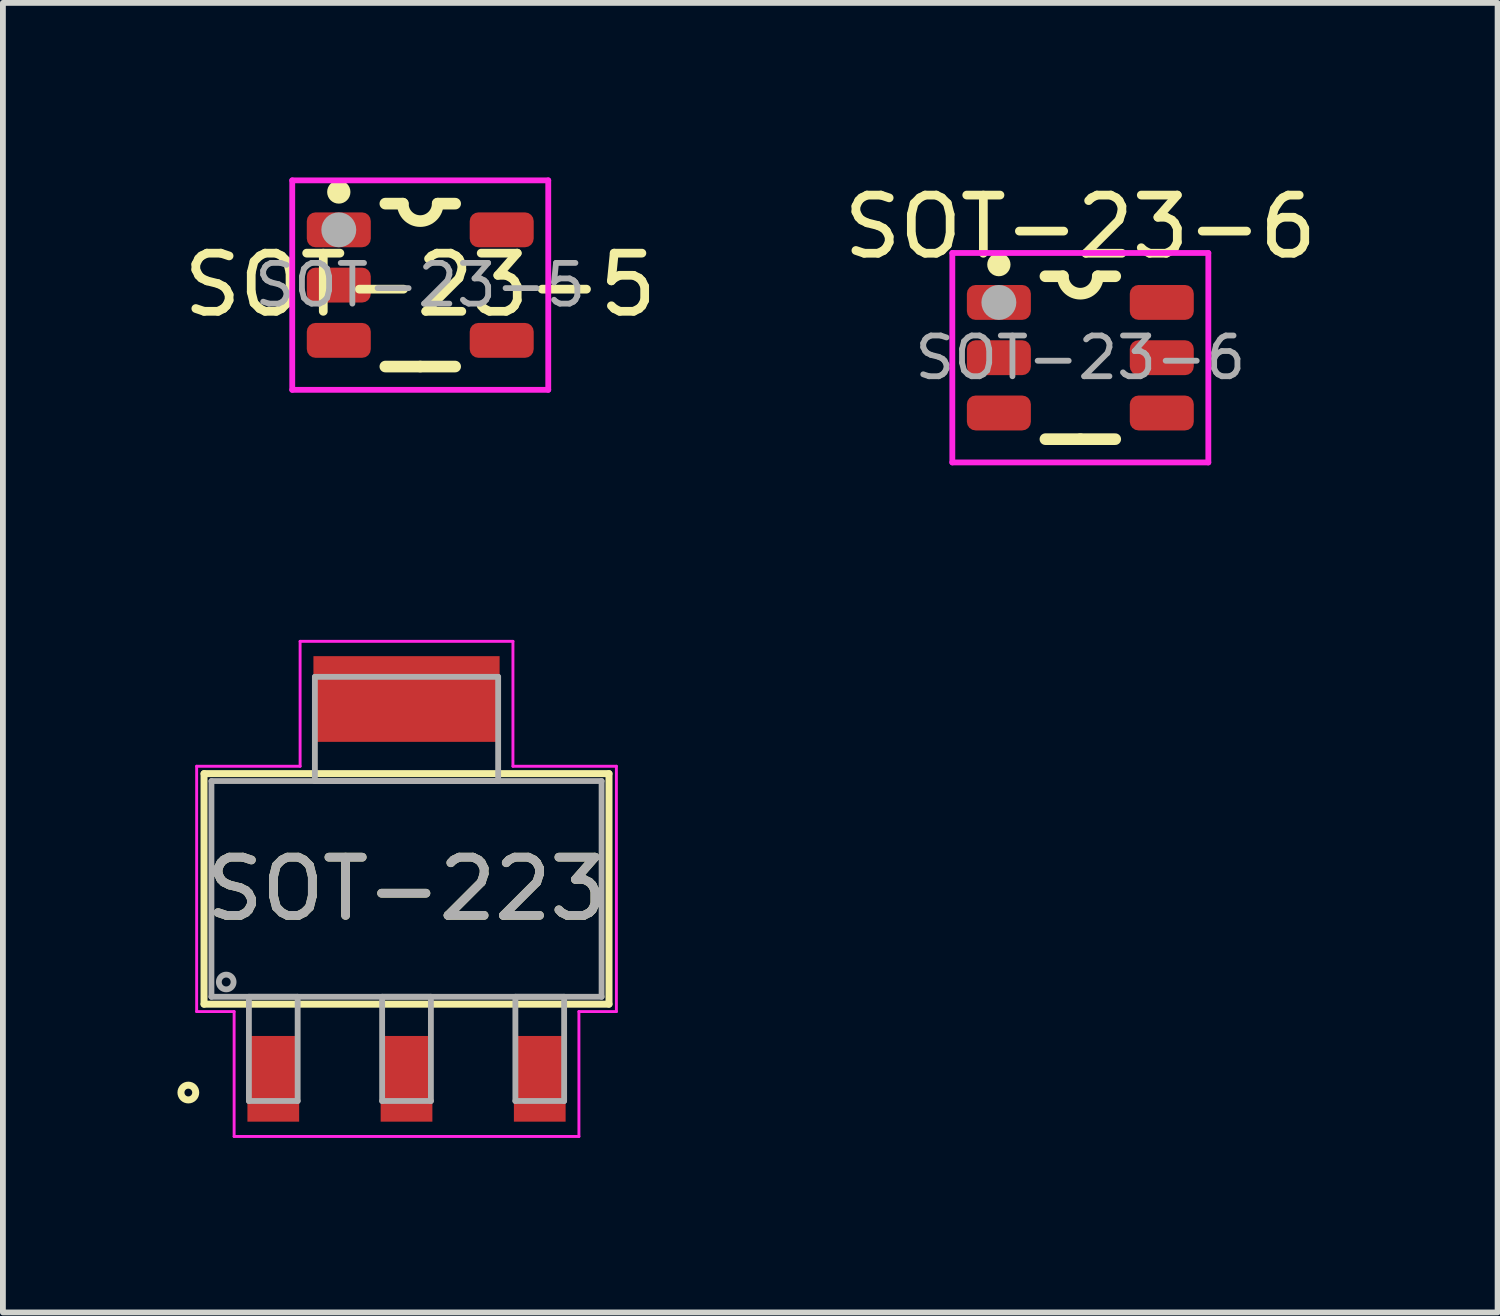
<source format=kicad_pcb>
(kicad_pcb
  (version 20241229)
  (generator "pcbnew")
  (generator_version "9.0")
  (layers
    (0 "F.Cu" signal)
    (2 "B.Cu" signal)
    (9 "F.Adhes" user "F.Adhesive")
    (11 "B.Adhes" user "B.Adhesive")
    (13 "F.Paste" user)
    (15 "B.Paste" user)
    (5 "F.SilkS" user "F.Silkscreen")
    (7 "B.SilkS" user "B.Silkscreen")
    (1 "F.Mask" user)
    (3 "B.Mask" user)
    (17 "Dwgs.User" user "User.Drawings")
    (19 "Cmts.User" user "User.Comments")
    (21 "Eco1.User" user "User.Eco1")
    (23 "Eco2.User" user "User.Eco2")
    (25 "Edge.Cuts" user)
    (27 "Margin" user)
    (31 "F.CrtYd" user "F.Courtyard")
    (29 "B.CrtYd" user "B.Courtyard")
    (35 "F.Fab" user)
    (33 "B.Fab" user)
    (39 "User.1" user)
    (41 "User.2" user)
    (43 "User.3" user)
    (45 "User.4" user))
  (footprint "SOT-223"
    (layer "F.Cu")
    (at 3.937 12.228)
    (property "Reference" "SOT-223" (at 0 0 0) (layer "F.SilkS") (effects (font (size 1 1) (thickness 0.15))))
    (attr smd)
    (fp_line (start -3.48 -1.981) (end -3.48 1.981) (stroke (width 0.12) (type solid)) (layer "F.SilkS"))
    (fp_line (start -3.48 1.981) (end 3.48 1.981) (stroke (width 0.12) (type solid)) (layer "F.SilkS"))
    (fp_line (start 3.48 -1.981) (end -3.48 -1.981) (stroke (width 0.12) (type solid)) (layer "F.SilkS"))
    (fp_line (start 3.48 1.981) (end 3.48 -1.981) (stroke (width 0.12) (type solid)) (layer "F.SilkS"))
    (fp_circle (center -3.75 3.5) (end -3.623 3.5) (stroke (width 0.12) (type solid)) (fill no) (layer "F.SilkS"))
    (fp_line (start -3.607 -2.108) (end -1.829 -2.108) (stroke (width 0.05) (type solid)) (layer "F.CrtYd"))
    (fp_line (start -3.607 2.108) (end -3.607 -2.108) (stroke (width 0.05) (type solid)) (layer "F.CrtYd"))
    (fp_line (start -2.963 2.108) (end -3.607 2.108) (stroke (width 0.05) (type solid)) (layer "F.CrtYd"))
    (fp_line (start -2.963 4.255) (end -2.963 2.108) (stroke (width 0.05) (type solid)) (layer "F.CrtYd"))
    (fp_line (start -1.829 -4.255) (end 1.829 -4.255) (stroke (width 0.05) (type solid)) (layer "F.CrtYd"))
    (fp_line (start -1.829 -2.108) (end -1.829 -4.255) (stroke (width 0.05) (type solid)) (layer "F.CrtYd"))
    (fp_line (start 1.829 -4.255) (end 1.829 -2.108) (stroke (width 0.05) (type solid)) (layer "F.CrtYd"))
    (fp_line (start 1.829 -2.108) (end 3.607 -2.108) (stroke (width 0.05) (type solid)) (layer "F.CrtYd"))
    (fp_line (start 2.963 2.108) (end 2.963 4.255) (stroke (width 0.05) (type solid)) (layer "F.CrtYd"))
    (fp_line (start 2.963 4.255) (end -2.963 4.255) (stroke (width 0.05) (type solid)) (layer "F.CrtYd"))
    (fp_line (start 3.607 -2.108) (end 3.607 2.108) (stroke (width 0.05) (type solid)) (layer "F.CrtYd"))
    (fp_line (start 3.607 2.108) (end 2.963 2.108) (stroke (width 0.05) (type solid)) (layer "F.CrtYd"))
    (fp_line (start -3.353 -1.854) (end -3.353 1.854) (stroke (width 0.1) (type solid)) (layer "F.Fab"))
    (fp_line (start -3.353 1.854) (end 3.353 1.854) (stroke (width 0.1) (type solid)) (layer "F.Fab"))
    (fp_line (start -2.709 1.854) (end -2.709 3.645) (stroke (width 0.1) (type solid)) (layer "F.Fab"))
    (fp_line (start -2.709 3.645) (end -1.871 3.645) (stroke (width 0.1) (type solid)) (layer "F.Fab"))
    (fp_line (start -1.871 1.854) (end -2.709 1.854) (stroke (width 0.1) (type solid)) (layer "F.Fab"))
    (fp_line (start -1.871 3.645) (end -1.871 1.854) (stroke (width 0.1) (type solid)) (layer "F.Fab"))
    (fp_line (start -1.575 -3.645) (end -1.575 -1.854) (stroke (width 0.1) (type solid)) (layer "F.Fab"))
    (fp_line (start -1.575 -1.854) (end 1.575 -1.854) (stroke (width 0.1) (type solid)) (layer "F.Fab"))
    (fp_line (start -0.419 1.854) (end -0.419 3.645) (stroke (width 0.1) (type solid)) (layer "F.Fab"))
    (fp_line (start -0.419 3.645) (end 0.419 3.645) (stroke (width 0.1) (type solid)) (layer "F.Fab"))
    (fp_line (start 0.419 1.854) (end -0.419 1.854) (stroke (width 0.1) (type solid)) (layer "F.Fab"))
    (fp_line (start 0.419 3.645) (end 0.419 1.854) (stroke (width 0.1) (type solid)) (layer "F.Fab"))
    (fp_line (start 1.575 -3.645) (end -1.575 -3.645) (stroke (width 0.1) (type solid)) (layer "F.Fab"))
    (fp_line (start 1.575 -1.854) (end 1.575 -3.645) (stroke (width 0.1) (type solid)) (layer "F.Fab"))
    (fp_line (start 1.871 1.854) (end 1.871 3.645) (stroke (width 0.1) (type solid)) (layer "F.Fab"))
    (fp_line (start 1.871 3.645) (end 2.709 3.645) (stroke (width 0.1) (type solid)) (layer "F.Fab"))
    (fp_line (start 2.709 1.854) (end 1.871 1.854) (stroke (width 0.1) (type solid)) (layer "F.Fab"))
    (fp_line (start 2.709 3.645) (end 2.709 1.854) (stroke (width 0.1) (type solid)) (layer "F.Fab"))
    (fp_line (start 3.353 -1.854) (end -3.353 -1.854) (stroke (width 0.1) (type solid)) (layer "F.Fab"))
    (fp_line (start 3.353 1.854) (end 3.353 -1.854) (stroke (width 0.1) (type solid)) (layer "F.Fab"))
    (fp_circle (center -3.099 1.6) (end -2.972 1.6) (stroke (width 0.1) (type solid)) (fill no) (layer "F.Fab"))
    (fp_text user "${REFERENCE}" (at 0 0 0) (layer "F.Fab") (effects (font (size 1 1) (thickness 0.15))))
    (pad "1" smd rect (at -2.29 3.264) (size 0.889 1.473) (layers "F.Cu" "F.Mask" "F.Paste"))
    (pad "2" smd rect (at 0 3.264) (size 0.889 1.473) (layers "F.Cu" "F.Mask" "F.Paste"))
    (pad "3" smd rect (at 2.29 3.264) (size 0.889 1.473) (layers "F.Cu" "F.Mask" "F.Paste"))
    (pad "4" smd rect (at 0 -3.264) (size 3.2 1.473) (layers "F.Cu" "F.Mask" "F.Paste")))
  (footprint "SOT-23-5"
    (layer "F.Cu")
    (at 4.173 1.85)
    (property "Reference" "SOT-23-5" (at 0 -0.004 0) (unlocked yes) (layer "F.SilkS") (effects (font (size 1 1) (thickness 0.15))))
    (attr smd)
    (fp_line (start -0.6 -1.4) (end -0.3 -1.4) (stroke (width 0.2) (type solid)) (layer "F.SilkS"))
    (fp_line (start 0 1.4) (end -0.6 1.4) (stroke (width 0.2) (type solid)) (layer "F.SilkS"))
    (fp_line (start 0 1.4) (end 0.6 1.4) (stroke (width 0.2) (type solid)) (layer "F.SilkS"))
    (fp_line (start 0.6 -1.4) (end 0.3 -1.4) (stroke (width 0.2) (type solid)) (layer "F.SilkS"))
    (fp_arc (start 0.3 -1.4) (mid 0 -1.1) (end -0.3 -1.4) (stroke (width 0.2) (type solid)) (layer "F.SilkS"))
    (fp_circle (center -1.4 -1.6) (end -1.3 -1.6) (stroke (width 0.2) (type solid)) (fill no) (layer "F.SilkS"))
    (fp_line (start -2.2 -1.8) (end -2.2 1.8) (stroke (width 0.1) (type solid)) (layer "F.CrtYd"))
    (fp_line (start -2.2 -1.8) (end 2.2 -1.8) (stroke (width 0.1) (type solid)) (layer "F.CrtYd"))
    (fp_line (start -2.2 1.8) (end 2.2 1.8) (stroke (width 0.1) (type solid)) (layer "F.CrtYd"))
    (fp_line (start 2.2 1.8) (end 2.2 -1.8) (stroke (width 0.1) (type solid)) (layer "F.CrtYd"))
    (fp_circle (center -1.4 -0.95) (end -1.25 -0.95) (stroke (width 0.3) (type solid)) (fill no) (layer "F.Fab"))
    (fp_text user "${REFERENCE}" (at 0 0 0) (unlocked yes) (layer "F.Fab") (effects (font (size 0.7 0.7) (thickness 0.1))))
    (pad "1" smd roundrect (at -1.4 -0.95) (size 1.1 0.6) (layers "F.Cu" "F.Mask" "F.Paste") (roundrect_rratio 0.25))
    (pad "2" smd roundrect (at -1.4 0) (size 1.1 0.6) (layers "F.Cu" "F.Mask" "F.Paste") (roundrect_rratio 0.25))
    (pad "3" smd roundrect (at -1.4 0.95) (size 1.1 0.6) (layers "F.Cu" "F.Mask" "F.Paste") (roundrect_rratio 0.25))
    (pad "4" smd roundrect (at 1.4 0.95) (size 1.1 0.6) (layers "F.Cu" "F.Mask" "F.Paste") (roundrect_rratio 0.25))
    (pad "5" smd roundrect (at 1.4 -0.95) (size 1.1 0.6) (layers "F.Cu" "F.Mask" "F.Paste") (roundrect_rratio 0.25)))
  (footprint "SOT-23-6"
    (layer "F.Cu")
    (at 15.518 3.098)
    (property "Reference" "SOT-23-6" (at 0 -2.25 0) (unlocked yes) (layer "F.SilkS") (effects (font (size 1 1) (thickness 0.15))))
    (attr smd)
    (fp_line (start -0.6 -1.4) (end -0.3 -1.4) (stroke (width 0.2) (type solid)) (layer "F.SilkS"))
    (fp_line (start 0 1.4) (end -0.6 1.4) (stroke (width 0.2) (type solid)) (layer "F.SilkS"))
    (fp_line (start 0 1.4) (end 0.6 1.4) (stroke (width 0.2) (type solid)) (layer "F.SilkS"))
    (fp_line (start 0.6 -1.4) (end 0.3 -1.4) (stroke (width 0.2) (type solid)) (layer "F.SilkS"))
    (fp_arc (start 0.3 -1.4) (mid 0 -1.1) (end -0.3 -1.4) (stroke (width 0.2) (type solid)) (layer "F.SilkS"))
    (fp_circle (center -1.4 -1.6) (end -1.3 -1.6) (stroke (width 0.2) (type solid)) (fill no) (layer "F.SilkS"))
    (fp_line (start -2.2 -1.8) (end -2.2 1.8) (stroke (width 0.1) (type solid)) (layer "F.CrtYd"))
    (fp_line (start -2.2 -1.8) (end 2.2 -1.8) (stroke (width 0.1) (type solid)) (layer "F.CrtYd"))
    (fp_line (start -2.2 1.8) (end 2.2 1.8) (stroke (width 0.1) (type solid)) (layer "F.CrtYd"))
    (fp_line (start 2.2 1.8) (end 2.2 -1.8) (stroke (width 0.1) (type solid)) (layer "F.CrtYd"))
    (fp_circle (center -1.4 -0.95) (end -1.25 -0.95) (stroke (width 0.3) (type solid)) (fill no) (layer "F.Fab"))
    (fp_text user "${REFERENCE}" (at 0 0 0) (unlocked yes) (layer "F.Fab") (effects (font (size 0.7 0.7) (thickness 0.1))))
    (pad "1" smd roundrect (at -1.4 -0.95) (size 1.1 0.6) (layers "F.Cu" "F.Mask" "F.Paste") (roundrect_rratio 0.25))
    (pad "2" smd roundrect (at -1.4 0) (size 1.1 0.6) (layers "F.Cu" "F.Mask" "F.Paste") (roundrect_rratio 0.25))
    (pad "3" smd roundrect (at -1.4 0.95) (size 1.1 0.6) (layers "F.Cu" "F.Mask" "F.Paste") (roundrect_rratio 0.25))
    (pad "4" smd roundrect (at 1.4 0.95) (size 1.1 0.6) (layers "F.Cu" "F.Mask" "F.Paste") (roundrect_rratio 0.25))
    (pad "5" smd roundrect (at 1.4 0) (size 1.1 0.6) (layers "F.Cu" "F.Mask" "F.Paste") (roundrect_rratio 0.25))
    (pad "6" smd roundrect (at 1.4 -0.95) (size 1.1 0.6) (layers "F.Cu" "F.Mask" "F.Paste") (roundrect_rratio 0.25)))
  (gr_rect
    (start -3 -3)
    (end 22.69 19.507)
    (stroke (width 0.1) (type default))
    (fill no)
    (layer "Edge.Cuts")))
</source>
